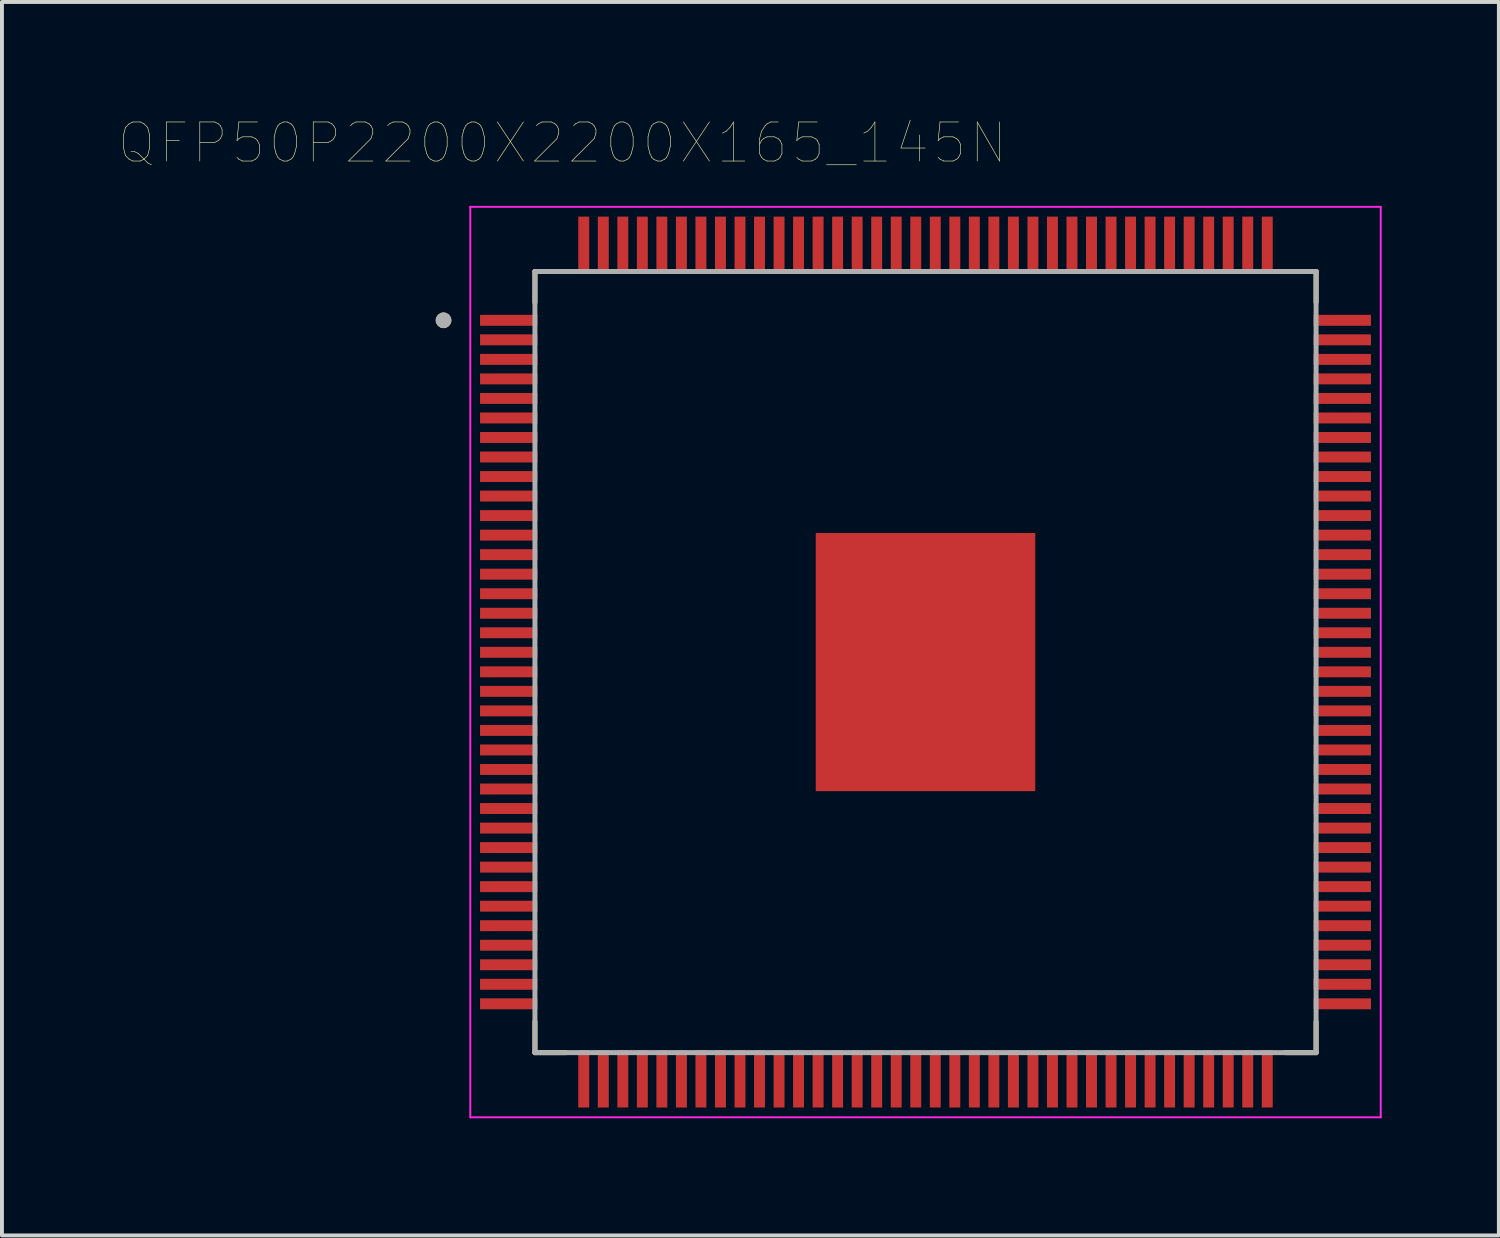
<source format=kicad_pcb>
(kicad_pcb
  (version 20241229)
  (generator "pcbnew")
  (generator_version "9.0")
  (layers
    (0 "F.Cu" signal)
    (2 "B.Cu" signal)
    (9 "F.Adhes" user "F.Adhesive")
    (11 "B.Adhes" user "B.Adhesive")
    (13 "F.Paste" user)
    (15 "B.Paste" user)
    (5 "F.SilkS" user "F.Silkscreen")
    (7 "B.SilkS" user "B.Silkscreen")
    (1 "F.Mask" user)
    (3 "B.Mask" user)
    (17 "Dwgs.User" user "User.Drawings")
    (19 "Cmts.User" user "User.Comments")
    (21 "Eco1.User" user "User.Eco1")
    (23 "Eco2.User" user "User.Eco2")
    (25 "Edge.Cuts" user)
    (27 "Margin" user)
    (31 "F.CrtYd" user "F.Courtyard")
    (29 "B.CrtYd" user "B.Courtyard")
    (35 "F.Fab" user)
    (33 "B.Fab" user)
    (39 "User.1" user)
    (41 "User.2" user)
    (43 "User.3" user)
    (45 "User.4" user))
  (footprint "QFP50P2200X2200X165_145N"
    (layer "F.Cu")
    (at 20.646 13.901)
    (property "Reference" "QFP50P2200X2200X165_145N" (at -9.295 -13.29 0) (layer "F.SilkS") (effects (font (size 1 1) (thickness 0.015))))
    (attr through_hole)
    (fp_line (start -10 -10) (end -10 -9.21) (stroke (width 0.127) (type solid)) (layer "F.SilkS"))
    (fp_line (start -10 -10) (end -9.21 -10) (stroke (width 0.127) (type solid)) (layer "F.SilkS"))
    (fp_line (start -10 10) (end -10 9.21) (stroke (width 0.127) (type solid)) (layer "F.SilkS"))
    (fp_line (start -10 10) (end -9.21 10) (stroke (width 0.127) (type solid)) (layer "F.SilkS"))
    (fp_line (start 10 -10) (end 9.21 -10) (stroke (width 0.127) (type solid)) (layer "F.SilkS"))
    (fp_line (start 10 -10) (end 10 -9.21) (stroke (width 0.127) (type solid)) (layer "F.SilkS"))
    (fp_line (start 10 10) (end 9.21 10) (stroke (width 0.127) (type solid)) (layer "F.SilkS"))
    (fp_line (start 10 10) (end 10 9.21) (stroke (width 0.127) (type solid)) (layer "F.SilkS"))
    (fp_circle (center -12.34 -8.75) (end -12.24 -8.75) (stroke (width 0.2) (type solid)) (fill no) (layer "F.SilkS"))
    (fp_poly (pts (xy -2.292 -2.7) (xy -0.512 -2.7) (xy -0.512 -0.6) (xy -2.292 -0.6)) (stroke (width 0.01) (type solid)) (fill yes) (layer "F.Paste"))
    (fp_poly (pts (xy -2.292 0.61) (xy -0.512 0.61) (xy -0.512 2.71) (xy -2.292 2.71)) (stroke (width 0.01) (type solid)) (fill yes) (layer "F.Paste"))
    (fp_poly (pts (xy 0.517 -2.7) (xy 2.297 -2.7) (xy 2.297 -0.6) (xy 0.517 -0.6)) (stroke (width 0.01) (type solid)) (fill yes) (layer "F.Paste"))
    (fp_poly (pts (xy 0.517 0.61) (xy 2.297 0.61) (xy 2.297 2.71) (xy 0.517 2.71)) (stroke (width 0.01) (type solid)) (fill yes) (layer "F.Paste"))
    (fp_line (start -11.655 -11.655) (end 11.655 -11.655) (stroke (width 0.05) (type solid)) (layer "F.CrtYd"))
    (fp_line (start -11.655 11.655) (end -11.655 -11.655) (stroke (width 0.05) (type solid)) (layer "F.CrtYd"))
    (fp_line (start -11.655 11.655) (end 11.655 11.655) (stroke (width 0.05) (type solid)) (layer "F.CrtYd"))
    (fp_line (start 11.655 11.655) (end 11.655 -11.655) (stroke (width 0.05) (type solid)) (layer "F.CrtYd"))
    (fp_line (start -10 10) (end -10 -10) (stroke (width 0.127) (type solid)) (layer "F.Fab"))
    (fp_line (start 10 -10) (end -10 -10) (stroke (width 0.127) (type solid)) (layer "F.Fab"))
    (fp_line (start 10 10) (end -10 10) (stroke (width 0.127) (type solid)) (layer "F.Fab"))
    (fp_line (start 10 10) (end 10 -10) (stroke (width 0.127) (type solid)) (layer "F.Fab"))
    (fp_circle (center -12.34 -8.75) (end -12.24 -8.75) (stroke (width 0.2) (type solid)) (fill no) (layer "F.Fab"))
    (pad "1" smd rect (at -10.67 -8.75) (size 1.47 0.28) (layers "F.Cu" "F.Mask" "F.Paste"))
    (pad "2" smd rect (at -10.67 -8.25) (size 1.47 0.28) (layers "F.Cu" "F.Mask" "F.Paste"))
    (pad "3" smd rect (at -10.67 -7.75) (size 1.47 0.28) (layers "F.Cu" "F.Mask" "F.Paste"))
    (pad "4" smd rect (at -10.67 -7.25) (size 1.47 0.28) (layers "F.Cu" "F.Mask" "F.Paste"))
    (pad "5" smd rect (at -10.67 -6.75) (size 1.47 0.28) (layers "F.Cu" "F.Mask" "F.Paste"))
    (pad "6" smd rect (at -10.67 -6.25) (size 1.47 0.28) (layers "F.Cu" "F.Mask" "F.Paste"))
    (pad "7" smd rect (at -10.67 -5.75) (size 1.47 0.28) (layers "F.Cu" "F.Mask" "F.Paste"))
    (pad "8" smd rect (at -10.67 -5.25) (size 1.47 0.28) (layers "F.Cu" "F.Mask" "F.Paste"))
    (pad "9" smd rect (at -10.67 -4.75) (size 1.47 0.28) (layers "F.Cu" "F.Mask" "F.Paste"))
    (pad "10" smd rect (at -10.67 -4.25) (size 1.47 0.28) (layers "F.Cu" "F.Mask" "F.Paste"))
    (pad "11" smd rect (at -10.67 -3.75) (size 1.47 0.28) (layers "F.Cu" "F.Mask" "F.Paste"))
    (pad "12" smd rect (at -10.67 -3.25) (size 1.47 0.28) (layers "F.Cu" "F.Mask" "F.Paste"))
    (pad "13" smd rect (at -10.67 -2.75) (size 1.47 0.28) (layers "F.Cu" "F.Mask" "F.Paste"))
    (pad "14" smd rect (at -10.67 -2.25) (size 1.47 0.28) (layers "F.Cu" "F.Mask" "F.Paste"))
    (pad "15" smd rect (at -10.67 -1.75) (size 1.47 0.28) (layers "F.Cu" "F.Mask" "F.Paste"))
    (pad "16" smd rect (at -10.67 -1.25) (size 1.47 0.28) (layers "F.Cu" "F.Mask" "F.Paste"))
    (pad "17" smd rect (at -10.67 -0.75) (size 1.47 0.28) (layers "F.Cu" "F.Mask" "F.Paste"))
    (pad "18" smd rect (at -10.67 -0.25) (size 1.47 0.28) (layers "F.Cu" "F.Mask" "F.Paste"))
    (pad "19" smd rect (at -10.67 0.25) (size 1.47 0.28) (layers "F.Cu" "F.Mask" "F.Paste"))
    (pad "20" smd rect (at -10.67 0.75) (size 1.47 0.28) (layers "F.Cu" "F.Mask" "F.Paste"))
    (pad "21" smd rect (at -10.67 1.25) (size 1.47 0.28) (layers "F.Cu" "F.Mask" "F.Paste"))
    (pad "22" smd rect (at -10.67 1.75) (size 1.47 0.28) (layers "F.Cu" "F.Mask" "F.Paste"))
    (pad "23" smd rect (at -10.67 2.25) (size 1.47 0.28) (layers "F.Cu" "F.Mask" "F.Paste"))
    (pad "24" smd rect (at -10.67 2.75) (size 1.47 0.28) (layers "F.Cu" "F.Mask" "F.Paste"))
    (pad "25" smd rect (at -10.67 3.25) (size 1.47 0.28) (layers "F.Cu" "F.Mask" "F.Paste"))
    (pad "26" smd rect (at -10.67 3.75) (size 1.47 0.28) (layers "F.Cu" "F.Mask" "F.Paste"))
    (pad "27" smd rect (at -10.67 4.25) (size 1.47 0.28) (layers "F.Cu" "F.Mask" "F.Paste"))
    (pad "28" smd rect (at -10.67 4.75) (size 1.47 0.28) (layers "F.Cu" "F.Mask" "F.Paste"))
    (pad "29" smd rect (at -10.67 5.25) (size 1.47 0.28) (layers "F.Cu" "F.Mask" "F.Paste"))
    (pad "30" smd rect (at -10.67 5.75) (size 1.47 0.28) (layers "F.Cu" "F.Mask" "F.Paste"))
    (pad "31" smd rect (at -10.67 6.25) (size 1.47 0.28) (layers "F.Cu" "F.Mask" "F.Paste"))
    (pad "32" smd rect (at -10.67 6.75) (size 1.47 0.28) (layers "F.Cu" "F.Mask" "F.Paste"))
    (pad "33" smd rect (at -10.67 7.25) (size 1.47 0.28) (layers "F.Cu" "F.Mask" "F.Paste"))
    (pad "34" smd rect (at -10.67 7.75) (size 1.47 0.28) (layers "F.Cu" "F.Mask" "F.Paste"))
    (pad "35" smd rect (at -10.67 8.25) (size 1.47 0.28) (layers "F.Cu" "F.Mask" "F.Paste"))
    (pad "36" smd rect (at -10.67 8.75) (size 1.47 0.28) (layers "F.Cu" "F.Mask" "F.Paste"))
    (pad "37" smd rect (at -8.75 10.67) (size 0.28 1.47) (layers "F.Cu" "F.Mask" "F.Paste"))
    (pad "38" smd rect (at -8.25 10.67) (size 0.28 1.47) (layers "F.Cu" "F.Mask" "F.Paste"))
    (pad "39" smd rect (at -7.75 10.67) (size 0.28 1.47) (layers "F.Cu" "F.Mask" "F.Paste"))
    (pad "40" smd rect (at -7.25 10.67) (size 0.28 1.47) (layers "F.Cu" "F.Mask" "F.Paste"))
    (pad "41" smd rect (at -6.75 10.67) (size 0.28 1.47) (layers "F.Cu" "F.Mask" "F.Paste"))
    (pad "42" smd rect (at -6.25 10.67) (size 0.28 1.47) (layers "F.Cu" "F.Mask" "F.Paste"))
    (pad "43" smd rect (at -5.75 10.67) (size 0.28 1.47) (layers "F.Cu" "F.Mask" "F.Paste"))
    (pad "44" smd rect (at -5.25 10.67) (size 0.28 1.47) (layers "F.Cu" "F.Mask" "F.Paste"))
    (pad "45" smd rect (at -4.75 10.67) (size 0.28 1.47) (layers "F.Cu" "F.Mask" "F.Paste"))
    (pad "46" smd rect (at -4.25 10.67) (size 0.28 1.47) (layers "F.Cu" "F.Mask" "F.Paste"))
    (pad "47" smd rect (at -3.75 10.67) (size 0.28 1.47) (layers "F.Cu" "F.Mask" "F.Paste"))
    (pad "48" smd rect (at -3.25 10.67) (size 0.28 1.47) (layers "F.Cu" "F.Mask" "F.Paste"))
    (pad "49" smd rect (at -2.75 10.67) (size 0.28 1.47) (layers "F.Cu" "F.Mask" "F.Paste"))
    (pad "50" smd rect (at -2.25 10.67) (size 0.28 1.47) (layers "F.Cu" "F.Mask" "F.Paste"))
    (pad "51" smd rect (at -1.75 10.67) (size 0.28 1.47) (layers "F.Cu" "F.Mask" "F.Paste"))
    (pad "52" smd rect (at -1.25 10.67) (size 0.28 1.47) (layers "F.Cu" "F.Mask" "F.Paste"))
    (pad "53" smd rect (at -0.75 10.67) (size 0.28 1.47) (layers "F.Cu" "F.Mask" "F.Paste"))
    (pad "54" smd rect (at -0.25 10.67) (size 0.28 1.47) (layers "F.Cu" "F.Mask" "F.Paste"))
    (pad "55" smd rect (at 0.25 10.67) (size 0.28 1.47) (layers "F.Cu" "F.Mask" "F.Paste"))
    (pad "56" smd rect (at 0.75 10.67) (size 0.28 1.47) (layers "F.Cu" "F.Mask" "F.Paste"))
    (pad "57" smd rect (at 1.25 10.67) (size 0.28 1.47) (layers "F.Cu" "F.Mask" "F.Paste"))
    (pad "58" smd rect (at 1.75 10.67) (size 0.28 1.47) (layers "F.Cu" "F.Mask" "F.Paste"))
    (pad "59" smd rect (at 2.25 10.67) (size 0.28 1.47) (layers "F.Cu" "F.Mask" "F.Paste"))
    (pad "60" smd rect (at 2.75 10.67) (size 0.28 1.47) (layers "F.Cu" "F.Mask" "F.Paste"))
    (pad "61" smd rect (at 3.25 10.67) (size 0.28 1.47) (layers "F.Cu" "F.Mask" "F.Paste"))
    (pad "62" smd rect (at 3.75 10.67) (size 0.28 1.47) (layers "F.Cu" "F.Mask" "F.Paste"))
    (pad "63" smd rect (at 4.25 10.67) (size 0.28 1.47) (layers "F.Cu" "F.Mask" "F.Paste"))
    (pad "64" smd rect (at 4.75 10.67) (size 0.28 1.47) (layers "F.Cu" "F.Mask" "F.Paste"))
    (pad "65" smd rect (at 5.25 10.67) (size 0.28 1.47) (layers "F.Cu" "F.Mask" "F.Paste"))
    (pad "66" smd rect (at 5.75 10.67) (size 0.28 1.47) (layers "F.Cu" "F.Mask" "F.Paste"))
    (pad "67" smd rect (at 6.25 10.67) (size 0.28 1.47) (layers "F.Cu" "F.Mask" "F.Paste"))
    (pad "68" smd rect (at 6.75 10.67) (size 0.28 1.47) (layers "F.Cu" "F.Mask" "F.Paste"))
    (pad "69" smd rect (at 7.25 10.67) (size 0.28 1.47) (layers "F.Cu" "F.Mask" "F.Paste"))
    (pad "70" smd rect (at 7.75 10.67) (size 0.28 1.47) (layers "F.Cu" "F.Mask" "F.Paste"))
    (pad "71" smd rect (at 8.25 10.67) (size 0.28 1.47) (layers "F.Cu" "F.Mask" "F.Paste"))
    (pad "72" smd rect (at 8.75 10.67) (size 0.28 1.47) (layers "F.Cu" "F.Mask" "F.Paste"))
    (pad "73" smd rect (at 10.67 8.75) (size 1.47 0.28) (layers "F.Cu" "F.Mask" "F.Paste"))
    (pad "74" smd rect (at 10.67 8.25) (size 1.47 0.28) (layers "F.Cu" "F.Mask" "F.Paste"))
    (pad "75" smd rect (at 10.67 7.75) (size 1.47 0.28) (layers "F.Cu" "F.Mask" "F.Paste"))
    (pad "76" smd rect (at 10.67 7.25) (size 1.47 0.28) (layers "F.Cu" "F.Mask" "F.Paste"))
    (pad "77" smd rect (at 10.67 6.75) (size 1.47 0.28) (layers "F.Cu" "F.Mask" "F.Paste"))
    (pad "78" smd rect (at 10.67 6.25) (size 1.47 0.28) (layers "F.Cu" "F.Mask" "F.Paste"))
    (pad "79" smd rect (at 10.67 5.75) (size 1.47 0.28) (layers "F.Cu" "F.Mask" "F.Paste"))
    (pad "80" smd rect (at 10.67 5.25) (size 1.47 0.28) (layers "F.Cu" "F.Mask" "F.Paste"))
    (pad "81" smd rect (at 10.67 4.75) (size 1.47 0.28) (layers "F.Cu" "F.Mask" "F.Paste"))
    (pad "82" smd rect (at 10.67 4.25) (size 1.47 0.28) (layers "F.Cu" "F.Mask" "F.Paste"))
    (pad "83" smd rect (at 10.67 3.75) (size 1.47 0.28) (layers "F.Cu" "F.Mask" "F.Paste"))
    (pad "84" smd rect (at 10.67 3.25) (size 1.47 0.28) (layers "F.Cu" "F.Mask" "F.Paste"))
    (pad "85" smd rect (at 10.67 2.75) (size 1.47 0.28) (layers "F.Cu" "F.Mask" "F.Paste"))
    (pad "86" smd rect (at 10.67 2.25) (size 1.47 0.28) (layers "F.Cu" "F.Mask" "F.Paste"))
    (pad "87" smd rect (at 10.67 1.75) (size 1.47 0.28) (layers "F.Cu" "F.Mask" "F.Paste"))
    (pad "88" smd rect (at 10.67 1.25) (size 1.47 0.28) (layers "F.Cu" "F.Mask" "F.Paste"))
    (pad "89" smd rect (at 10.67 0.75) (size 1.47 0.28) (layers "F.Cu" "F.Mask" "F.Paste"))
    (pad "90" smd rect (at 10.67 0.25) (size 1.47 0.28) (layers "F.Cu" "F.Mask" "F.Paste"))
    (pad "91" smd rect (at 10.67 -0.25) (size 1.47 0.28) (layers "F.Cu" "F.Mask" "F.Paste"))
    (pad "92" smd rect (at 10.67 -0.75) (size 1.47 0.28) (layers "F.Cu" "F.Mask" "F.Paste"))
    (pad "93" smd rect (at 10.67 -1.25) (size 1.47 0.28) (layers "F.Cu" "F.Mask" "F.Paste"))
    (pad "94" smd rect (at 10.67 -1.75) (size 1.47 0.28) (layers "F.Cu" "F.Mask" "F.Paste"))
    (pad "95" smd rect (at 10.67 -2.25) (size 1.47 0.28) (layers "F.Cu" "F.Mask" "F.Paste"))
    (pad "96" smd rect (at 10.67 -2.75) (size 1.47 0.28) (layers "F.Cu" "F.Mask" "F.Paste"))
    (pad "97" smd rect (at 10.67 -3.25) (size 1.47 0.28) (layers "F.Cu" "F.Mask" "F.Paste"))
    (pad "98" smd rect (at 10.67 -3.75) (size 1.47 0.28) (layers "F.Cu" "F.Mask" "F.Paste"))
    (pad "99" smd rect (at 10.67 -4.25) (size 1.47 0.28) (layers "F.Cu" "F.Mask" "F.Paste"))
    (pad "100" smd rect (at 10.67 -4.75) (size 1.47 0.28) (layers "F.Cu" "F.Mask" "F.Paste"))
    (pad "101" smd rect (at 10.67 -5.25) (size 1.47 0.28) (layers "F.Cu" "F.Mask" "F.Paste"))
    (pad "102" smd rect (at 10.67 -5.75) (size 1.47 0.28) (layers "F.Cu" "F.Mask" "F.Paste"))
    (pad "103" smd rect (at 10.67 -6.25) (size 1.47 0.28) (layers "F.Cu" "F.Mask" "F.Paste"))
    (pad "104" smd rect (at 10.67 -6.75) (size 1.47 0.28) (layers "F.Cu" "F.Mask" "F.Paste"))
    (pad "105" smd rect (at 10.67 -7.25) (size 1.47 0.28) (layers "F.Cu" "F.Mask" "F.Paste"))
    (pad "106" smd rect (at 10.67 -7.75) (size 1.47 0.28) (layers "F.Cu" "F.Mask" "F.Paste"))
    (pad "107" smd rect (at 10.67 -8.25) (size 1.47 0.28) (layers "F.Cu" "F.Mask" "F.Paste"))
    (pad "108" smd rect (at 10.67 -8.75) (size 1.47 0.28) (layers "F.Cu" "F.Mask" "F.Paste"))
    (pad "109" smd rect (at 8.75 -10.67) (size 0.28 1.47) (layers "F.Cu" "F.Mask" "F.Paste"))
    (pad "110" smd rect (at 8.25 -10.67) (size 0.28 1.47) (layers "F.Cu" "F.Mask" "F.Paste"))
    (pad "111" smd rect (at 7.75 -10.67) (size 0.28 1.47) (layers "F.Cu" "F.Mask" "F.Paste"))
    (pad "112" smd rect (at 7.25 -10.67) (size 0.28 1.47) (layers "F.Cu" "F.Mask" "F.Paste"))
    (pad "113" smd rect (at 6.75 -10.67) (size 0.28 1.47) (layers "F.Cu" "F.Mask" "F.Paste"))
    (pad "114" smd rect (at 6.25 -10.67) (size 0.28 1.47) (layers "F.Cu" "F.Mask" "F.Paste"))
    (pad "115" smd rect (at 5.75 -10.67) (size 0.28 1.47) (layers "F.Cu" "F.Mask" "F.Paste"))
    (pad "116" smd rect (at 5.25 -10.67) (size 0.28 1.47) (layers "F.Cu" "F.Mask" "F.Paste"))
    (pad "117" smd rect (at 4.75 -10.67) (size 0.28 1.47) (layers "F.Cu" "F.Mask" "F.Paste"))
    (pad "118" smd rect (at 4.25 -10.67) (size 0.28 1.47) (layers "F.Cu" "F.Mask" "F.Paste"))
    (pad "119" smd rect (at 3.75 -10.67) (size 0.28 1.47) (layers "F.Cu" "F.Mask" "F.Paste"))
    (pad "120" smd rect (at 3.25 -10.67) (size 0.28 1.47) (layers "F.Cu" "F.Mask" "F.Paste"))
    (pad "121" smd rect (at 2.75 -10.67) (size 0.28 1.47) (layers "F.Cu" "F.Mask" "F.Paste"))
    (pad "122" smd rect (at 2.25 -10.67) (size 0.28 1.47) (layers "F.Cu" "F.Mask" "F.Paste"))
    (pad "123" smd rect (at 1.75 -10.67) (size 0.28 1.47) (layers "F.Cu" "F.Mask" "F.Paste"))
    (pad "124" smd rect (at 1.25 -10.67) (size 0.28 1.47) (layers "F.Cu" "F.Mask" "F.Paste"))
    (pad "125" smd rect (at 0.75 -10.67) (size 0.28 1.47) (layers "F.Cu" "F.Mask" "F.Paste"))
    (pad "126" smd rect (at 0.25 -10.67) (size 0.28 1.47) (layers "F.Cu" "F.Mask" "F.Paste"))
    (pad "127" smd rect (at -0.25 -10.67) (size 0.28 1.47) (layers "F.Cu" "F.Mask" "F.Paste"))
    (pad "128" smd rect (at -0.75 -10.67) (size 0.28 1.47) (layers "F.Cu" "F.Mask" "F.Paste"))
    (pad "129" smd rect (at -1.25 -10.67) (size 0.28 1.47) (layers "F.Cu" "F.Mask" "F.Paste"))
    (pad "130" smd rect (at -1.75 -10.67) (size 0.28 1.47) (layers "F.Cu" "F.Mask" "F.Paste"))
    (pad "131" smd rect (at -2.25 -10.67) (size 0.28 1.47) (layers "F.Cu" "F.Mask" "F.Paste"))
    (pad "132" smd rect (at -2.75 -10.67) (size 0.28 1.47) (layers "F.Cu" "F.Mask" "F.Paste"))
    (pad "133" smd rect (at -3.25 -10.67) (size 0.28 1.47) (layers "F.Cu" "F.Mask" "F.Paste"))
    (pad "134" smd rect (at -3.75 -10.67) (size 0.28 1.47) (layers "F.Cu" "F.Mask" "F.Paste"))
    (pad "135" smd rect (at -4.25 -10.67) (size 0.28 1.47) (layers "F.Cu" "F.Mask" "F.Paste"))
    (pad "136" smd rect (at -4.75 -10.67) (size 0.28 1.47) (layers "F.Cu" "F.Mask" "F.Paste"))
    (pad "137" smd rect (at -5.25 -10.67) (size 0.28 1.47) (layers "F.Cu" "F.Mask" "F.Paste"))
    (pad "138" smd rect (at -5.75 -10.67) (size 0.28 1.47) (layers "F.Cu" "F.Mask" "F.Paste"))
    (pad "139" smd rect (at -6.25 -10.67) (size 0.28 1.47) (layers "F.Cu" "F.Mask" "F.Paste"))
    (pad "140" smd rect (at -6.75 -10.67) (size 0.28 1.47) (layers "F.Cu" "F.Mask" "F.Paste"))
    (pad "141" smd rect (at -7.25 -10.67) (size 0.28 1.47) (layers "F.Cu" "F.Mask" "F.Paste"))
    (pad "142" smd rect (at -7.75 -10.67) (size 0.28 1.47) (layers "F.Cu" "F.Mask" "F.Paste"))
    (pad "143" smd rect (at -8.25 -10.67) (size 0.28 1.47) (layers "F.Cu" "F.Mask" "F.Paste"))
    (pad "144" smd rect (at -8.75 -10.67) (size 0.28 1.47) (layers "F.Cu" "F.Mask" "F.Paste"))
    (pad "145" smd rect (at 0 0) (size 5.62 6.61) (layers "F.Cu" "F.Mask")))
  (gr_rect
    (start -3 -3)
    (end 35.326 28.581)
    (stroke (width 0.1) (type default))
    (fill no)
    (layer "Edge.Cuts")))
</source>
